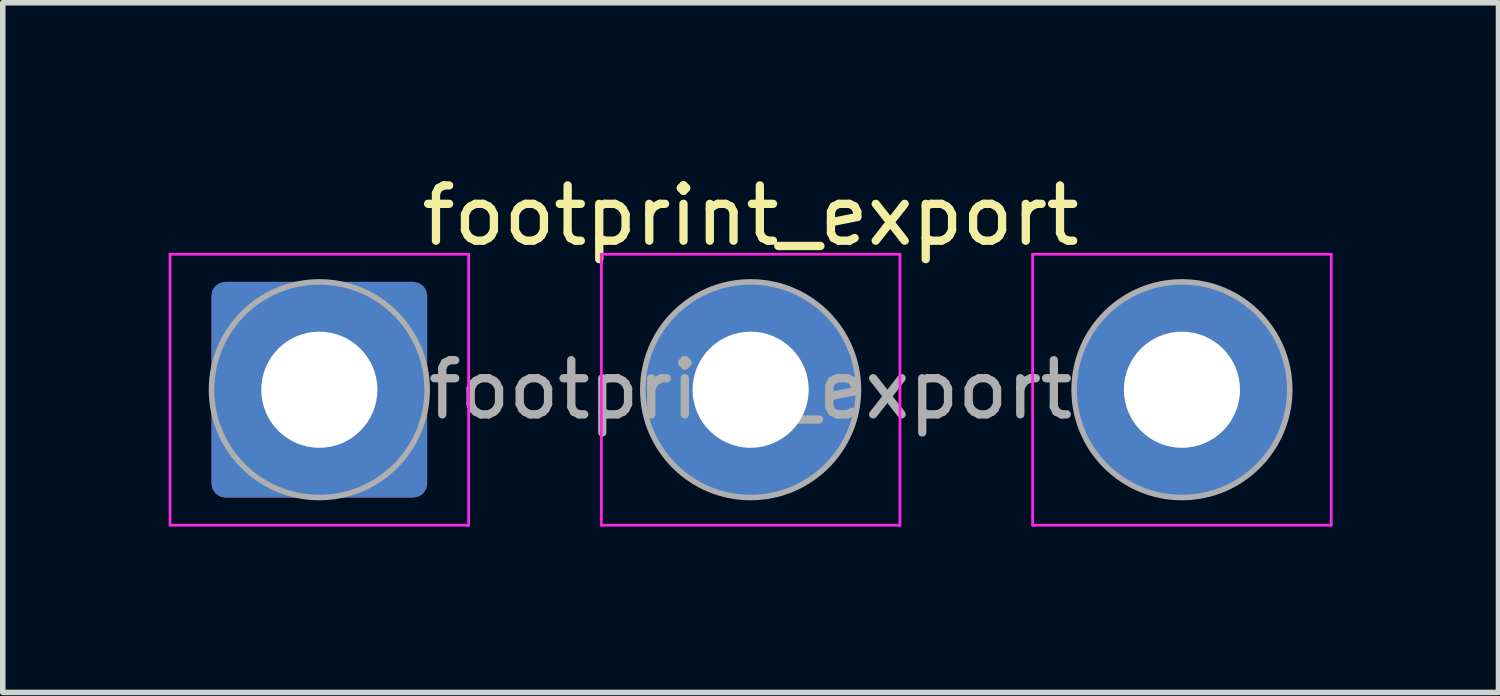
<source format=kicad_pcb>
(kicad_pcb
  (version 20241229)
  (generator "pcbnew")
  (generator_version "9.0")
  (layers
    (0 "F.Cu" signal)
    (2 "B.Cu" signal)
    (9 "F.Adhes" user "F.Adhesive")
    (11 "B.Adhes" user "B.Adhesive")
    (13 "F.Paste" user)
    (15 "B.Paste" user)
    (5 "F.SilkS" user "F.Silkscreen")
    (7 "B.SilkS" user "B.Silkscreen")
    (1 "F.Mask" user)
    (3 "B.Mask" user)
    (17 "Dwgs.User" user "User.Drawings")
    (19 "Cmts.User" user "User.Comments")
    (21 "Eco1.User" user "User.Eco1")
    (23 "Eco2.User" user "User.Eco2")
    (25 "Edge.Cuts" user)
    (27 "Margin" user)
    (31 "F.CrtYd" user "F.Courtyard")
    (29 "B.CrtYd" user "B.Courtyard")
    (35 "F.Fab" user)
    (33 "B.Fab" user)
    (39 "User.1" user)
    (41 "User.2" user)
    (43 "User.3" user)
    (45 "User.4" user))
  (footprint "footprint_export"
    (layer "F.Cu")
    (at 2.725 3.998)
    (property "Reference" "footprint_export" (at 7.8 -3.15 0) (layer "F.SilkS") (effects (font (size 1 1) (thickness 0.15))))
    (attr exclude_from_pos_files exclude_from_bom)
    (fp_line (start -2.7 -2.45) (end -2.7 2.45) (stroke (width 0.05) (type solid)) (layer "F.CrtYd"))
    (fp_line (start -2.7 2.45) (end 2.7 2.45) (stroke (width 0.05) (type solid)) (layer "F.CrtYd"))
    (fp_line (start 2.7 -2.45) (end -2.7 -2.45) (stroke (width 0.05) (type solid)) (layer "F.CrtYd"))
    (fp_line (start 2.7 2.45) (end 2.7 -2.45) (stroke (width 0.05) (type solid)) (layer "F.CrtYd"))
    (fp_line (start 5.1 -2.45) (end 5.1 2.45) (stroke (width 0.05) (type solid)) (layer "F.CrtYd"))
    (fp_line (start 5.1 2.45) (end 10.5 2.45) (stroke (width 0.05) (type solid)) (layer "F.CrtYd"))
    (fp_line (start 10.5 -2.45) (end 5.1 -2.45) (stroke (width 0.05) (type solid)) (layer "F.CrtYd"))
    (fp_line (start 10.5 2.45) (end 10.5 -2.45) (stroke (width 0.05) (type solid)) (layer "F.CrtYd"))
    (fp_line (start 12.9 -2.45) (end 12.9 2.45) (stroke (width 0.05) (type solid)) (layer "F.CrtYd"))
    (fp_line (start 12.9 2.45) (end 18.3 2.45) (stroke (width 0.05) (type solid)) (layer "F.CrtYd"))
    (fp_line (start 18.3 -2.45) (end 12.9 -2.45) (stroke (width 0.05) (type solid)) (layer "F.CrtYd"))
    (fp_line (start 18.3 2.45) (end 18.3 -2.45) (stroke (width 0.05) (type solid)) (layer "F.CrtYd"))
    (fp_circle (center 0 0) (end 1.95 0) (stroke (width 0.1) (type solid)) (fill no) (layer "F.Fab"))
    (fp_circle (center 7.8 0) (end 9.75 0) (stroke (width 0.1) (type solid)) (fill no) (layer "F.Fab"))
    (fp_circle (center 15.6 0) (end 17.55 0) (stroke (width 0.1) (type solid)) (fill no) (layer "F.Fab"))
    (fp_text user "${REFERENCE}" (at 7.8 0 0) (layer "F.Fab") (effects (font (size 0.98 0.98) (thickness 0.15))))
    (pad "1" thru_hole roundrect (at 0 0) (size 3.9 3.9) (drill 2.1) (layers "*.Cu" "*.Mask") (roundrect_rratio 0.064))
    (pad "2" thru_hole circle (at 7.8 0) (size 3.9 3.9) (drill 2.1) (layers "*.Cu" "*.Mask"))
    (pad "3" thru_hole circle (at 15.6 0) (size 3.9 3.9) (drill 2.1) (layers "*.Cu" "*.Mask")))
  (gr_rect
    (start -3 -3)
    (end 24.05 9.473)
    (stroke (width 0.1) (type default))
    (fill no)
    (layer "Edge.Cuts")))
</source>
